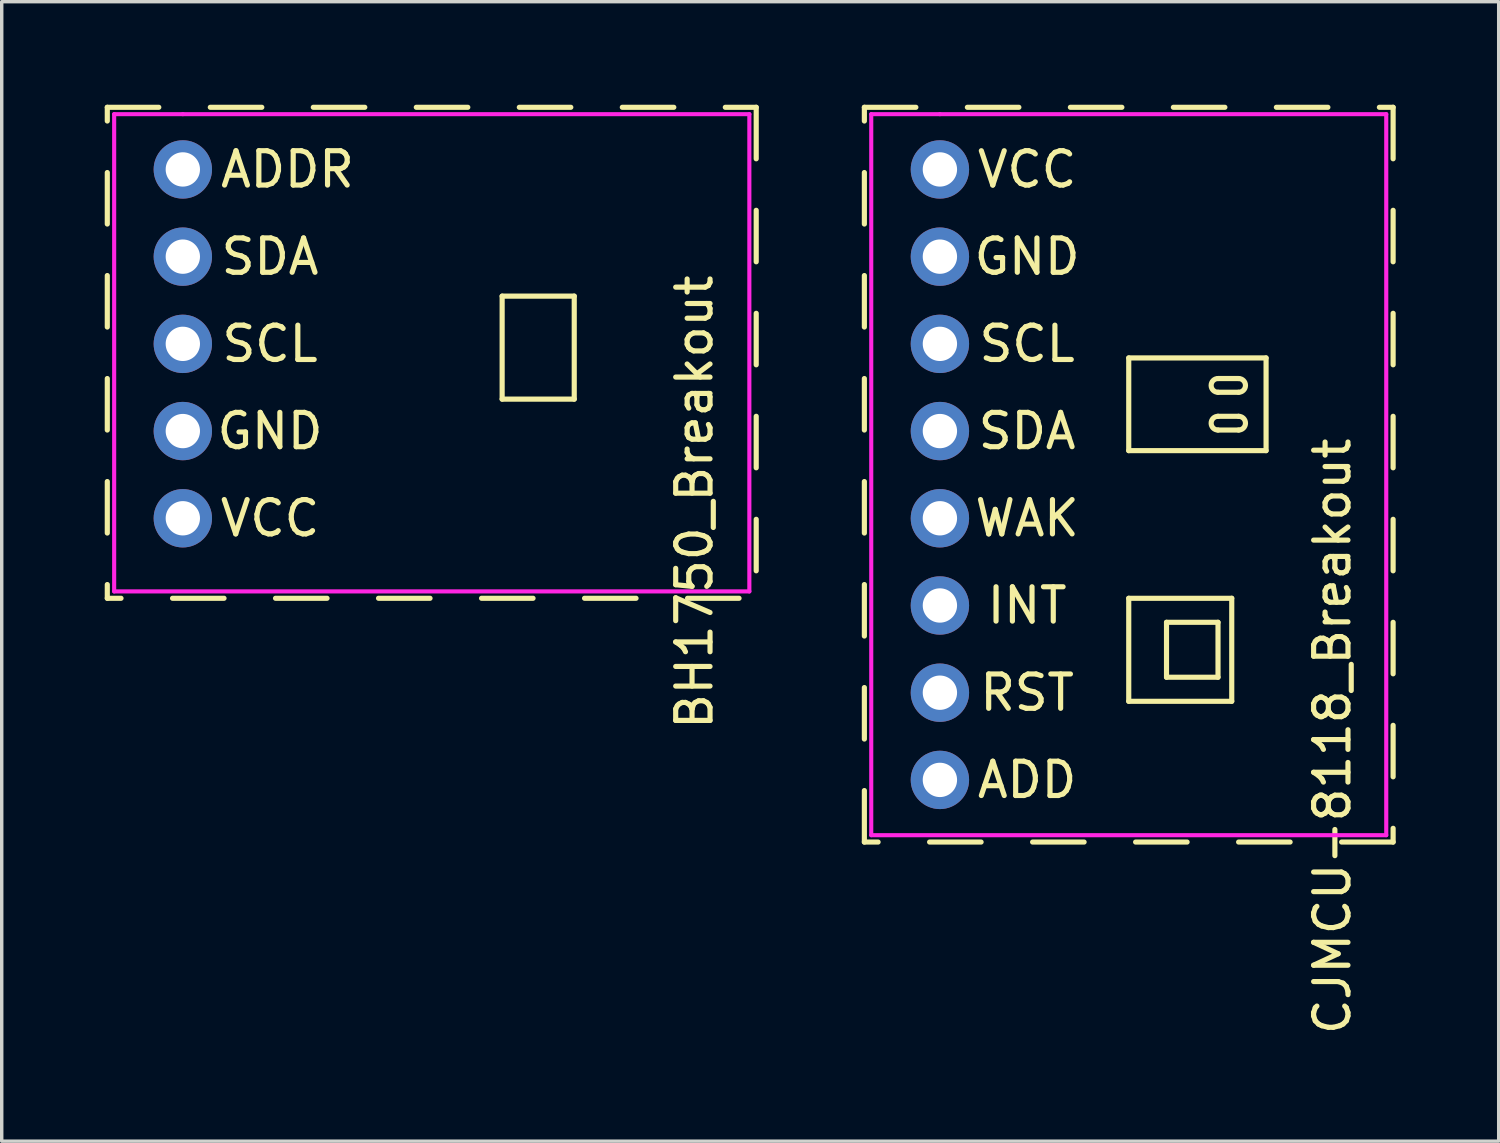
<source format=kicad_pcb>
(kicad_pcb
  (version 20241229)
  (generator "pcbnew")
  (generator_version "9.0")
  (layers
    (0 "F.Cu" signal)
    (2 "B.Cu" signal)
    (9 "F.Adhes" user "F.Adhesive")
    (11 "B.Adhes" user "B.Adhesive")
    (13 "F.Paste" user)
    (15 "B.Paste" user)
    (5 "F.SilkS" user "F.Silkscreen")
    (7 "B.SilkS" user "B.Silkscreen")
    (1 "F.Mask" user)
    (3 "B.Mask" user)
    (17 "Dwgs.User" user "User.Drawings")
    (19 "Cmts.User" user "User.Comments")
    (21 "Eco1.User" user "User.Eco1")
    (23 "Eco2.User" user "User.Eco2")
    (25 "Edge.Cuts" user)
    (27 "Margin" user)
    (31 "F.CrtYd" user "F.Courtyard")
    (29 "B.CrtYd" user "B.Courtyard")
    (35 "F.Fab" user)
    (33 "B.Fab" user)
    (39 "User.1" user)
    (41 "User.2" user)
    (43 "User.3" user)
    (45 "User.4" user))
  (footprint "CJMCU-8118_Breakout"
    (layer "F.Cu")
    (at 24.325 10.775)
    (property "Reference" "CJMCU-8118_Breakout" (at 11.43 7.62 90) (layer "F.SilkS") (effects (font (size 1 1) (thickness 0.15))))
    (attr through_hole)
    (fp_line (start -2.2 -10.7) (end -0.7 -10.7) (stroke (width 0.15) (type solid)) (layer "F.SilkS"))
    (fp_line (start -2.2 -10.3) (end -2.2 -10.7) (stroke (width 0.15) (type solid)) (layer "F.SilkS"))
    (fp_line (start -2.2 -7.3) (end -2.2 -8.8) (stroke (width 0.15) (type solid)) (layer "F.SilkS"))
    (fp_line (start -2.2 -4.3) (end -2.2 -5.8) (stroke (width 0.15) (type solid)) (layer "F.SilkS"))
    (fp_line (start -2.2 -1.3) (end -2.2 -2.8) (stroke (width 0.15) (type solid)) (layer "F.SilkS"))
    (fp_line (start -2.2 1.7) (end -2.2 0.2) (stroke (width 0.15) (type solid)) (layer "F.SilkS"))
    (fp_line (start -2.2 4.7) (end -2.2 3.2) (stroke (width 0.15) (type solid)) (layer "F.SilkS"))
    (fp_line (start -2.2 7.7) (end -2.2 6.2) (stroke (width 0.15) (type solid)) (layer "F.SilkS"))
    (fp_line (start -2.2 10.7) (end -2.2 9.2) (stroke (width 0.15) (type solid)) (layer "F.SilkS"))
    (fp_line (start -1.8 10.7) (end -2.2 10.7) (stroke (width 0.15) (type solid)) (layer "F.SilkS"))
    (fp_line (start 0.8 -10.7) (end 2.3 -10.7) (stroke (width 0.15) (type solid)) (layer "F.SilkS"))
    (fp_line (start 1.2 10.7) (end -0.3 10.7) (stroke (width 0.15) (type solid)) (layer "F.SilkS"))
    (fp_line (start 3.8 -10.7) (end 5.3 -10.7) (stroke (width 0.15) (type solid)) (layer "F.SilkS"))
    (fp_line (start 4.2 10.7) (end 2.7 10.7) (stroke (width 0.15) (type solid)) (layer "F.SilkS"))
    (fp_line (start 5.5 -3.4) (end 5.5 -0.7) (stroke (width 0.15) (type solid)) (layer "F.SilkS"))
    (fp_line (start 5.5 -0.7) (end 9.5 -0.7) (stroke (width 0.15) (type solid)) (layer "F.SilkS"))
    (fp_line (start 5.5 3.6) (end 5.5 6.6) (stroke (width 0.15) (type solid)) (layer "F.SilkS"))
    (fp_line (start 5.5 6.6) (end 8.5 6.6) (stroke (width 0.15) (type solid)) (layer "F.SilkS"))
    (fp_line (start 6.6 4.3) (end 8.1 4.3) (stroke (width 0.15) (type solid)) (layer "F.SilkS"))
    (fp_line (start 6.6 5.9) (end 6.6 4.3) (stroke (width 0.15) (type solid)) (layer "F.SilkS"))
    (fp_line (start 6.8 -10.7) (end 8.3 -10.7) (stroke (width 0.15) (type solid)) (layer "F.SilkS"))
    (fp_line (start 7.2 10.7) (end 5.7 10.7) (stroke (width 0.15) (type solid)) (layer "F.SilkS"))
    (fp_line (start 8.1 -2.8) (end 8.7 -2.8) (stroke (width 0.15) (type solid)) (layer "F.SilkS"))
    (fp_line (start 8.1 -2.4) (end 8.7 -2.4) (stroke (width 0.15) (type solid)) (layer "F.SilkS"))
    (fp_line (start 8.1 -1.7) (end 8.7 -1.7) (stroke (width 0.15) (type solid)) (layer "F.SilkS"))
    (fp_line (start 8.1 -1.3) (end 8.7 -1.3) (stroke (width 0.15) (type solid)) (layer "F.SilkS"))
    (fp_line (start 8.1 4.3) (end 8.1 5.9) (stroke (width 0.15) (type solid)) (layer "F.SilkS"))
    (fp_line (start 8.1 5.9) (end 6.6 5.9) (stroke (width 0.15) (type solid)) (layer "F.SilkS"))
    (fp_line (start 8.5 3.6) (end 5.5 3.6) (stroke (width 0.15) (type solid)) (layer "F.SilkS"))
    (fp_line (start 8.5 6.6) (end 8.5 3.6) (stroke (width 0.15) (type solid)) (layer "F.SilkS"))
    (fp_line (start 9.5 -3.4) (end 5.5 -3.4) (stroke (width 0.15) (type solid)) (layer "F.SilkS"))
    (fp_line (start 9.5 -0.7) (end 9.5 -3.4) (stroke (width 0.15) (type solid)) (layer "F.SilkS"))
    (fp_line (start 9.8 -10.7) (end 11.3 -10.7) (stroke (width 0.15) (type solid)) (layer "F.SilkS"))
    (fp_line (start 10.2 10.7) (end 8.7 10.7) (stroke (width 0.15) (type solid)) (layer "F.SilkS"))
    (fp_line (start 12.8 -10.7) (end 13.2 -10.7) (stroke (width 0.15) (type solid)) (layer "F.SilkS"))
    (fp_line (start 13.2 -10.7) (end 13.2 -9.2) (stroke (width 0.15) (type solid)) (layer "F.SilkS"))
    (fp_line (start 13.2 -7.7) (end 13.2 -6.2) (stroke (width 0.15) (type solid)) (layer "F.SilkS"))
    (fp_line (start 13.2 -4.7) (end 13.2 -3.2) (stroke (width 0.15) (type solid)) (layer "F.SilkS"))
    (fp_line (start 13.2 -1.7) (end 13.2 -0.2) (stroke (width 0.15) (type solid)) (layer "F.SilkS"))
    (fp_line (start 13.2 1.3) (end 13.2 2.8) (stroke (width 0.15) (type solid)) (layer "F.SilkS"))
    (fp_line (start 13.2 4.3) (end 13.2 5.8) (stroke (width 0.15) (type solid)) (layer "F.SilkS"))
    (fp_line (start 13.2 7.3) (end 13.2 8.8) (stroke (width 0.15) (type solid)) (layer "F.SilkS"))
    (fp_line (start 13.2 10.3) (end 13.2 10.7) (stroke (width 0.15) (type solid)) (layer "F.SilkS"))
    (fp_line (start 13.2 10.7) (end 11.7 10.7) (stroke (width 0.15) (type solid)) (layer "F.SilkS"))
    (fp_arc (start 8.1 -2.4) (mid 7.9 -2.6) (end 8.1 -2.8) (stroke (width 0.15) (type solid)) (layer "F.SilkS"))
    (fp_arc (start 8.1 -1.3) (mid 7.9 -1.5) (end 8.1 -1.7) (stroke (width 0.15) (type solid)) (layer "F.SilkS"))
    (fp_arc (start 8.7 -2.8) (mid 8.9 -2.6) (end 8.7 -2.4) (stroke (width 0.15) (type solid)) (layer "F.SilkS"))
    (fp_arc (start 8.7 -1.7) (mid 8.9 -1.5) (end 8.7 -1.3) (stroke (width 0.15) (type solid)) (layer "F.SilkS"))
    (fp_line (start -2 -10.5) (end 0 -10.5) (stroke (width 0.12) (type solid)) (layer "F.CrtYd"))
    (fp_line (start -2 10.5) (end -2 -10.5) (stroke (width 0.12) (type solid)) (layer "F.CrtYd"))
    (fp_line (start 0 -10.5) (end 13 -10.5) (stroke (width 0.12) (type solid)) (layer "F.CrtYd"))
    (fp_line (start 13 -10.5) (end 13 10.5) (stroke (width 0.12) (type solid)) (layer "F.CrtYd"))
    (fp_line (start 13 10.5) (end -2 10.5) (stroke (width 0.12) (type solid)) (layer "F.CrtYd"))
    (fp_text user "SCL" (at 2.54 -3.81 0) (layer "F.SilkS") (effects (font (size 1 1) (thickness 0.15))))
    (fp_text user "INT" (at 2.54 3.81 0) (layer "F.SilkS") (effects (font (size 1 1) (thickness 0.15))))
    (fp_text user "RST" (at 2.54 6.35 0) (layer "F.SilkS") (effects (font (size 1 1) (thickness 0.15))))
    (fp_text user "VCC" (at 2.54 -8.89 0) (layer "F.SilkS") (effects (font (size 1 1) (thickness 0.15))))
    (fp_text user "GND" (at 2.54 -6.35 0) (layer "F.SilkS") (effects (font (size 1 1) (thickness 0.15))))
    (fp_text user "SDA" (at 2.54 -1.27 0) (layer "F.SilkS") (effects (font (size 1 1) (thickness 0.15))))
    (fp_text user "WAK" (at 2.54 1.27 0) (layer "F.SilkS") (effects (font (size 1 1) (thickness 0.15))))
    (fp_text user "ADD" (at 2.54 8.89 0) (layer "F.SilkS") (effects (font (size 1 1) (thickness 0.15))))
    (pad "1" thru_hole circle (at 0 -8.89) (size 1.7 1.7) (drill 1) (layers "*.Cu" "*.Mask"))
    (pad "2" thru_hole circle (at 0 -6.35) (size 1.7 1.7) (drill 1) (layers "*.Cu" "*.Mask"))
    (pad "3" thru_hole circle (at 0 -3.81) (size 1.7 1.7) (drill 1) (layers "*.Cu" "*.Mask"))
    (pad "4" thru_hole circle (at 0 -1.27) (size 1.7 1.7) (drill 1) (layers "*.Cu" "*.Mask"))
    (pad "5" thru_hole circle (at 0 1.27) (size 1.7 1.7) (drill 1) (layers "*.Cu" "*.Mask"))
    (pad "6" thru_hole circle (at 0 3.81) (size 1.7 1.7) (drill 1) (layers "*.Cu" "*.Mask"))
    (pad "7" thru_hole circle (at 0 6.35) (size 1.7 1.7) (drill 1) (layers "*.Cu" "*.Mask"))
    (pad "8" thru_hole circle (at 0 8.89) (size 1.7 1.7) (drill 1) (layers "*.Cu" "*.Mask")))
  (footprint "BH1750_Breakout"
    (layer "F.Cu")
    (at 2.275 6.965)
    (property "Reference" "BH1750_Breakout" (at 14.9 4.61 90) (layer "F.SilkS") (effects (font (size 1 1) (thickness 0.15))))
    (attr through_hole)
    (fp_line (start -2.2 -6.89) (end -0.7 -6.89) (stroke (width 0.15) (type solid)) (layer "F.SilkS"))
    (fp_line (start -2.2 -6.49) (end -2.2 -6.89) (stroke (width 0.15) (type solid)) (layer "F.SilkS"))
    (fp_line (start -2.2 -3.49) (end -2.2 -4.99) (stroke (width 0.15) (type solid)) (layer "F.SilkS"))
    (fp_line (start -2.2 -0.49) (end -2.2 -1.99) (stroke (width 0.15) (type solid)) (layer "F.SilkS"))
    (fp_line (start -2.2 2.51) (end -2.2 1.01) (stroke (width 0.15) (type solid)) (layer "F.SilkS"))
    (fp_line (start -2.2 5.51) (end -2.2 4.01) (stroke (width 0.15) (type solid)) (layer "F.SilkS"))
    (fp_line (start -2.2 7.41) (end -2.2 7.01) (stroke (width 0.15) (type solid)) (layer "F.SilkS"))
    (fp_line (start -1.8 7.41) (end -2.2 7.41) (stroke (width 0.15) (type solid)) (layer "F.SilkS"))
    (fp_line (start 0.8 -6.89) (end 2.3 -6.89) (stroke (width 0.15) (type solid)) (layer "F.SilkS"))
    (fp_line (start 1.2 7.41) (end -0.3 7.41) (stroke (width 0.15) (type solid)) (layer "F.SilkS"))
    (fp_line (start 3.8 -6.89) (end 5.3 -6.89) (stroke (width 0.15) (type solid)) (layer "F.SilkS"))
    (fp_line (start 4.2 7.41) (end 2.7 7.41) (stroke (width 0.15) (type solid)) (layer "F.SilkS"))
    (fp_line (start 6.8 -6.89) (end 8.3 -6.89) (stroke (width 0.15) (type solid)) (layer "F.SilkS"))
    (fp_line (start 7.2 7.41) (end 5.7 7.41) (stroke (width 0.15) (type solid)) (layer "F.SilkS"))
    (fp_line (start 9.3 -1.39) (end 9.3 1.61) (stroke (width 0.15) (type solid)) (layer "F.SilkS"))
    (fp_line (start 9.3 1.61) (end 11.4 1.61) (stroke (width 0.15) (type solid)) (layer "F.SilkS"))
    (fp_line (start 9.8 -6.89) (end 11.3 -6.89) (stroke (width 0.15) (type solid)) (layer "F.SilkS"))
    (fp_line (start 10.2 7.41) (end 8.7 7.41) (stroke (width 0.15) (type solid)) (layer "F.SilkS"))
    (fp_line (start 11.4 -1.39) (end 9.3 -1.39) (stroke (width 0.15) (type solid)) (layer "F.SilkS"))
    (fp_line (start 11.4 1.61) (end 11.4 -1.39) (stroke (width 0.15) (type solid)) (layer "F.SilkS"))
    (fp_line (start 13.2 7.41) (end 11.7 7.41) (stroke (width 0.15) (type solid)) (layer "F.SilkS"))
    (fp_line (start 14.3 -6.89) (end 12.8 -6.89) (stroke (width 0.15) (type solid)) (layer "F.SilkS"))
    (fp_line (start 16.2 7.41) (end 14.7 7.41) (stroke (width 0.15) (type solid)) (layer "F.SilkS"))
    (fp_line (start 16.7 -6.89) (end 15.8 -6.89) (stroke (width 0.15) (type solid)) (layer "F.SilkS"))
    (fp_line (start 16.7 -6.89) (end 16.7 -5.39) (stroke (width 0.15) (type solid)) (layer "F.SilkS"))
    (fp_line (start 16.7 -3.89) (end 16.7 -2.39) (stroke (width 0.15) (type solid)) (layer "F.SilkS"))
    (fp_line (start 16.7 -0.89) (end 16.7 0.61) (stroke (width 0.15) (type solid)) (layer "F.SilkS"))
    (fp_line (start 16.7 2.11) (end 16.7 3.61) (stroke (width 0.15) (type solid)) (layer "F.SilkS"))
    (fp_line (start 16.7 5.11) (end 16.7 6.61) (stroke (width 0.15) (type solid)) (layer "F.SilkS"))
    (fp_line (start -2 -6.69) (end 0 -6.69) (stroke (width 0.12) (type solid)) (layer "F.CrtYd"))
    (fp_line (start -2 7.21) (end -2 -6.69) (stroke (width 0.12) (type solid)) (layer "F.CrtYd"))
    (fp_line (start 0 -6.69) (end 16.5 -6.69) (stroke (width 0.12) (type solid)) (layer "F.CrtYd"))
    (fp_line (start 16.5 -6.69) (end 16.5 7.21) (stroke (width 0.12) (type solid)) (layer "F.CrtYd"))
    (fp_line (start 16.5 7.21) (end -2 7.21) (stroke (width 0.12) (type solid)) (layer "F.CrtYd"))
    (fp_text user "VCC" (at 2.54 5.08 0) (layer "F.SilkS") (effects (font (size 1 1) (thickness 0.15))))
    (fp_text user "ADDR" (at 3.048 -5.08 0) (layer "F.SilkS") (effects (font (size 1 1) (thickness 0.15))))
    (fp_text user "GND" (at 2.54 2.54 0) (layer "F.SilkS") (effects (font (size 1 1) (thickness 0.15))))
    (fp_text user "SCL" (at 2.54 0 0) (layer "F.SilkS") (effects (font (size 1 1) (thickness 0.15))))
    (fp_text user "SDA" (at 2.54 -2.54 0) (layer "F.SilkS") (effects (font (size 1 1) (thickness 0.15))))
    (pad "1" thru_hole circle (at 0 5.08) (size 1.7 1.7) (drill 1) (layers "*.Cu" "*.Mask"))
    (pad "2" thru_hole circle (at 0 2.54) (size 1.7 1.7) (drill 1) (layers "*.Cu" "*.Mask"))
    (pad "3" thru_hole circle (at 0 0) (size 1.7 1.7) (drill 1) (layers "*.Cu" "*.Mask"))
    (pad "4" thru_hole circle (at 0 -2.54) (size 1.7 1.7) (drill 1) (layers "*.Cu" "*.Mask"))
    (pad "5" thru_hole circle (at 0 -5.08) (size 1.7 1.7) (drill 1) (layers "*.Cu" "*.Mask")))
  (gr_rect
    (start -3 -3)
    (end 40.6 30.187)
    (stroke (width 0.1) (type default))
    (fill no)
    (layer "Edge.Cuts")))
</source>
